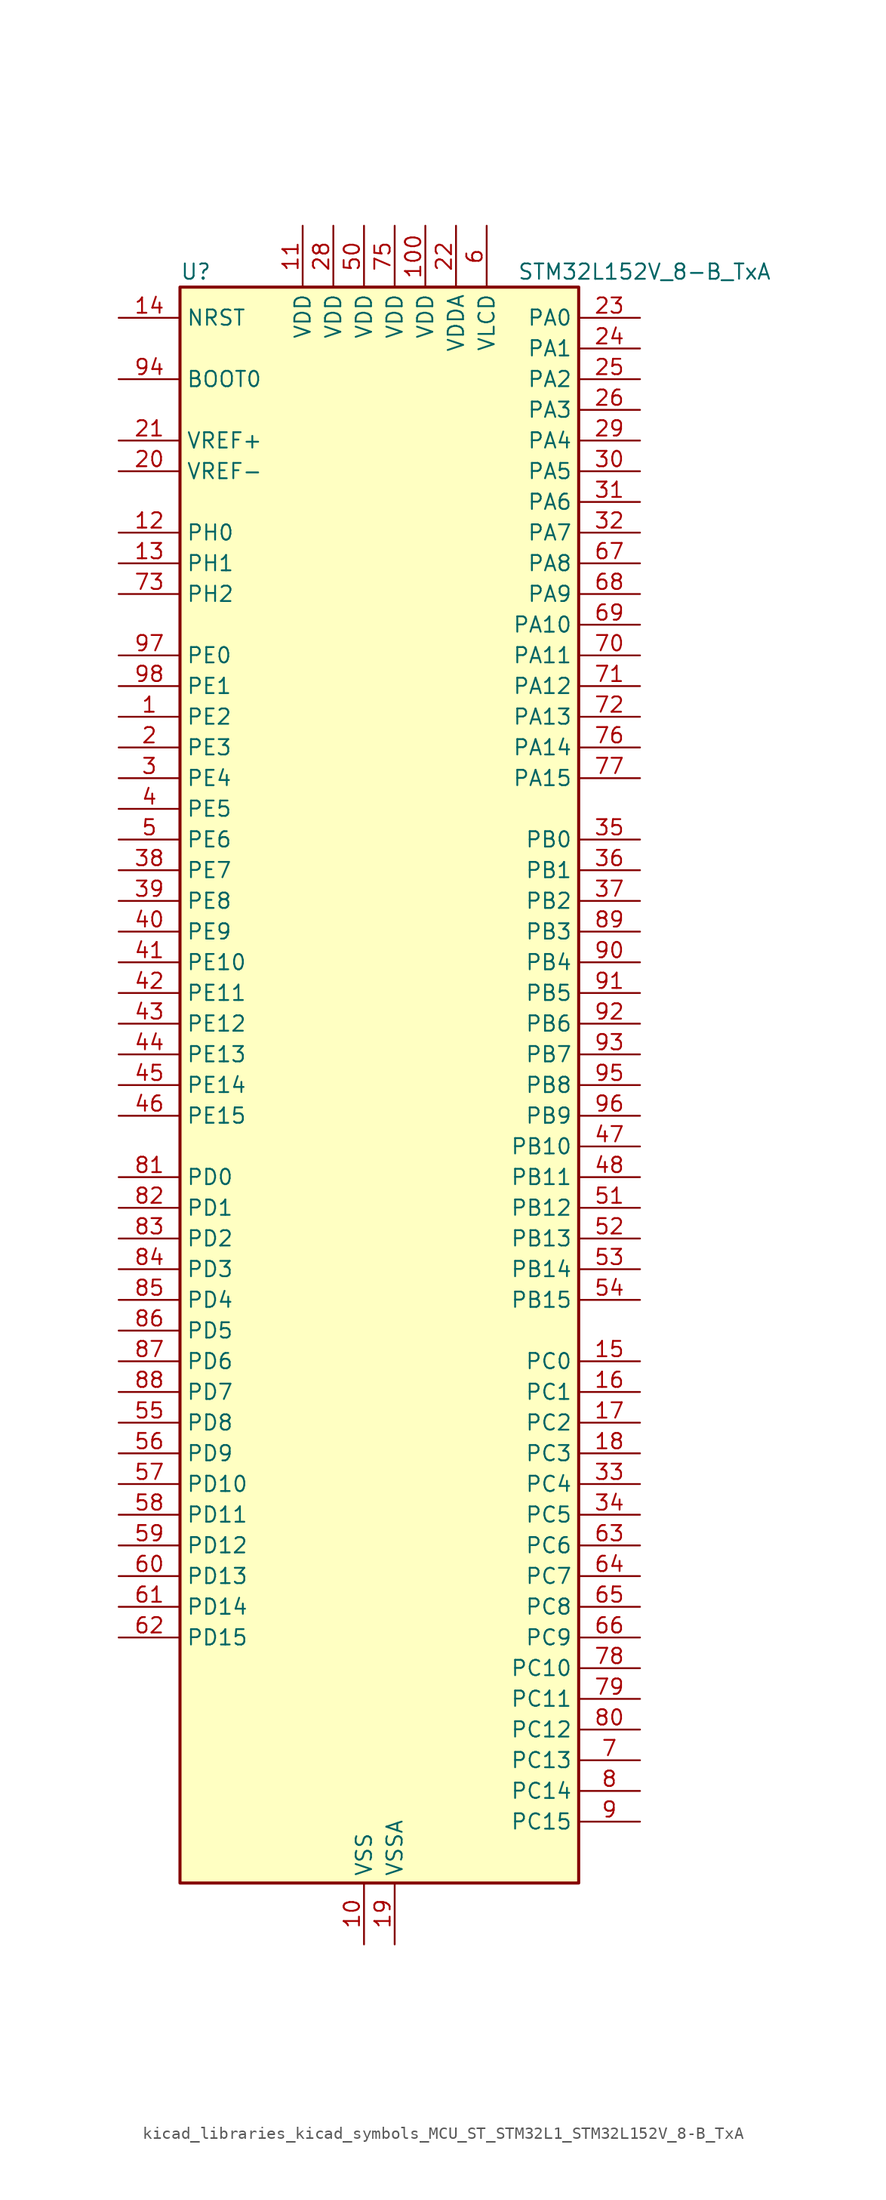
<source format=kicad_sym>
(kicad_symbol_lib
  (version 20220914)
  (generator kicad_symbol_editor)
  (symbol "kicad_libraries_kicad_symbols_MCU_ST_STM32L1_STM32L152V_8-B_TxA"
    (property "Reference" "U"
      (at -15.24 67.31 0)
      (effects (font (size 1.27 1.27)) (justify left)))
    (property "Value" "STM32L152V_8-B_TxA"
      (at 12.7 67.31 0)
      (effects (font (size 1.27 1.27)) (justify left)))
    (property "ki_locked" ""
      (at 0 0 0)
      (effects (font (size 1.27 1.27))))
    (symbol "kicad_libraries_kicad_symbols_MCU_ST_STM32L1_STM32L152V_8-B_TxA_0_1"
      (rectangle (start -15.24 -66.04) (end 17.78 66.04) (stroke (width 0.254) (type default)) (fill (type background))))
    (symbol "kicad_libraries_kicad_symbols_MCU_ST_STM32L1_STM32L152V_8-B_TxA_1_1"
      (pin bidirectional line (at -20.32 30.48 0) (length 5.08) (name "PE2" (effects (font (size 1.27 1.27)))) (number "1" (effects (font (size 1.27 1.27)))) (alternate "LCD_SEG38" bidirectional line) (alternate "SYS_TRACECK" bidirectional line) (alternate "TIM3_ETR" bidirectional line) (alternate "TIMX_IC3" bidirectional line))
      (pin power_in line (at 0 -71.12 90) (length 5.08) (name "VSS" (effects (font (size 1.27 1.27)))) (number "10" (effects (font (size 1.27 1.27)))))
      (pin power_in line (at 5.08 71.12 270) (length 5.08) (name "VDD" (effects (font (size 1.27 1.27)))) (number "100" (effects (font (size 1.27 1.27)))))
      (pin power_in line (at -5.08 71.12 270) (length 5.08) (name "VDD" (effects (font (size 1.27 1.27)))) (number "11" (effects (font (size 1.27 1.27)))))
      (pin bidirectional line (at -20.32 45.72 0) (length 5.08) (name "PH0" (effects (font (size 1.27 1.27)))) (number "12" (effects (font (size 1.27 1.27)))) (alternate "RCC_OSC_IN" bidirectional line))
      (pin bidirectional line (at -20.32 43.18 0) (length 5.08) (name "PH1" (effects (font (size 1.27 1.27)))) (number "13" (effects (font (size 1.27 1.27)))) (alternate "RCC_OSC_OUT" bidirectional line))
      (pin input line (at -20.32 63.5 0) (length 5.08) (name "NRST" (effects (font (size 1.27 1.27)))) (number "14" (effects (font (size 1.27 1.27)))))
      (pin bidirectional line (at 22.86 -22.86 180) (length 5.08) (name "PC0" (effects (font (size 1.27 1.27)))) (number "15" (effects (font (size 1.27 1.27)))) (alternate "ADC_IN10" bidirectional line) (alternate "COMP1_INP" bidirectional line) (alternate "LCD_SEG18" bidirectional line) (alternate "TIMX_IC1" bidirectional line) (alternate "TS_G8_IO1" bidirectional line))
      (pin bidirectional line (at 22.86 -25.4 180) (length 5.08) (name "PC1" (effects (font (size 1.27 1.27)))) (number "16" (effects (font (size 1.27 1.27)))) (alternate "ADC_IN11" bidirectional line) (alternate "COMP1_INP" bidirectional line) (alternate "LCD_SEG19" bidirectional line) (alternate "TIMX_IC2" bidirectional line) (alternate "TS_G8_IO2" bidirectional line))
      (pin bidirectional line (at 22.86 -27.94 180) (length 5.08) (name "PC2" (effects (font (size 1.27 1.27)))) (number "17" (effects (font (size 1.27 1.27)))) (alternate "ADC_IN12" bidirectional line) (alternate "COMP1_INP" bidirectional line) (alternate "LCD_SEG20" bidirectional line) (alternate "TIMX_IC3" bidirectional line) (alternate "TS_G8_IO3" bidirectional line))
      (pin bidirectional line (at 22.86 -30.48 180) (length 5.08) (name "PC3" (effects (font (size 1.27 1.27)))) (number "18" (effects (font (size 1.27 1.27)))) (alternate "ADC_IN13" bidirectional line) (alternate "COMP1_INP" bidirectional line) (alternate "LCD_SEG21" bidirectional line) (alternate "TIMX_IC4" bidirectional line) (alternate "TS_G8_IO4" bidirectional line))
      (pin power_in line (at 2.54 -71.12 90) (length 5.08) (name "VSSA" (effects (font (size 1.27 1.27)))) (number "19" (effects (font (size 1.27 1.27)))))
      (pin bidirectional line (at -20.32 27.94 0) (length 5.08) (name "PE3" (effects (font (size 1.27 1.27)))) (number "2" (effects (font (size 1.27 1.27)))) (alternate "LCD_SEG39" bidirectional line) (alternate "SYS_TRACED0" bidirectional line) (alternate "TIM3_CH1" bidirectional line) (alternate "TIMX_IC4" bidirectional line))
      (pin input line (at -20.32 50.8 0) (length 5.08) (name "VREF-" (effects (font (size 1.27 1.27)))) (number "20" (effects (font (size 1.27 1.27)))))
      (pin input line (at -20.32 53.34 0) (length 5.08) (name "VREF+" (effects (font (size 1.27 1.27)))) (number "21" (effects (font (size 1.27 1.27)))))
      (pin power_in line (at 7.62 71.12 270) (length 5.08) (name "VDDA" (effects (font (size 1.27 1.27)))) (number "22" (effects (font (size 1.27 1.27)))))
      (pin bidirectional line (at 22.86 63.5 180) (length 5.08) (name "PA0" (effects (font (size 1.27 1.27)))) (number "23" (effects (font (size 1.27 1.27)))) (alternate "ADC_IN0" bidirectional line) (alternate "COMP1_INP" bidirectional line) (alternate "RTC_TAMP2" bidirectional line) (alternate "SYS_WKUP1" bidirectional line) (alternate "TIM2_CH1" bidirectional line) (alternate "TIM2_ETR" bidirectional line) (alternate "TIMX_IC1" bidirectional line) (alternate "TS_G1_IO1" bidirectional line) (alternate "USART2_CTS" bidirectional line))
      (pin bidirectional line (at 22.86 60.96 180) (length 5.08) (name "PA1" (effects (font (size 1.27 1.27)))) (number "24" (effects (font (size 1.27 1.27)))) (alternate "ADC_IN1" bidirectional line) (alternate "COMP1_INP" bidirectional line) (alternate "LCD_SEG0" bidirectional line) (alternate "TIM2_CH2" bidirectional line) (alternate "TIMX_IC2" bidirectional line) (alternate "TS_G1_IO2" bidirectional line) (alternate "USART2_RTS" bidirectional line))
      (pin bidirectional line (at 22.86 58.42 180) (length 5.08) (name "PA2" (effects (font (size 1.27 1.27)))) (number "25" (effects (font (size 1.27 1.27)))) (alternate "ADC_IN2" bidirectional line) (alternate "COMP1_INP" bidirectional line) (alternate "LCD_SEG1" bidirectional line) (alternate "TIM2_CH3" bidirectional line) (alternate "TIM9_CH1" bidirectional line) (alternate "TIMX_IC3" bidirectional line) (alternate "TS_G1_IO3" bidirectional line) (alternate "USART2_TX" bidirectional line))
      (pin bidirectional line (at 22.86 55.88 180) (length 5.08) (name "PA3" (effects (font (size 1.27 1.27)))) (number "26" (effects (font (size 1.27 1.27)))) (alternate "ADC_IN3" bidirectional line) (alternate "COMP1_INP" bidirectional line) (alternate "LCD_SEG2" bidirectional line) (alternate "TIM2_CH4" bidirectional line) (alternate "TIM9_CH2" bidirectional line) (alternate "TIMX_IC4" bidirectional line) (alternate "TS_G1_IO4" bidirectional line) (alternate "USART2_RX" bidirectional line))
      (pin passive line (at 0 -71.12 90) (length 5.08) hide (name "VSS" (effects (font (size 1.27 1.27)))) (number "27" (effects (font (size 1.27 1.27)))))
      (pin power_in line (at -2.54 71.12 270) (length 5.08) (name "VDD" (effects (font (size 1.27 1.27)))) (number "28" (effects (font (size 1.27 1.27)))))
      (pin bidirectional line (at 22.86 53.34 180) (length 5.08) (name "PA4" (effects (font (size 1.27 1.27)))) (number "29" (effects (font (size 1.27 1.27)))) (alternate "ADC_IN4" bidirectional line) (alternate "COMP1_INP" bidirectional line) (alternate "DAC_OUT1" bidirectional line) (alternate "SPI1_NSS" bidirectional line) (alternate "TIMX_IC1" bidirectional line) (alternate "USART2_CK" bidirectional line))
      (pin bidirectional line (at -20.32 25.4 0) (length 5.08) (name "PE4" (effects (font (size 1.27 1.27)))) (number "3" (effects (font (size 1.27 1.27)))) (alternate "SYS_TRACED1" bidirectional line) (alternate "TIM3_CH2" bidirectional line) (alternate "TIMX_IC1" bidirectional line))
      (pin bidirectional line (at 22.86 50.8 180) (length 5.08) (name "PA5" (effects (font (size 1.27 1.27)))) (number "30" (effects (font (size 1.27 1.27)))) (alternate "ADC_IN5" bidirectional line) (alternate "COMP1_INP" bidirectional line) (alternate "DAC_OUT2" bidirectional line) (alternate "SPI1_SCK" bidirectional line) (alternate "TIM2_CH1" bidirectional line) (alternate "TIM2_ETR" bidirectional line) (alternate "TIMX_IC2" bidirectional line))
      (pin bidirectional line (at 22.86 48.26 180) (length 5.08) (name "PA6" (effects (font (size 1.27 1.27)))) (number "31" (effects (font (size 1.27 1.27)))) (alternate "ADC_IN6" bidirectional line) (alternate "COMP1_INP" bidirectional line) (alternate "LCD_SEG3" bidirectional line) (alternate "SPI1_MISO" bidirectional line) (alternate "TIM10_CH1" bidirectional line) (alternate "TIM3_CH1" bidirectional line) (alternate "TIMX_IC3" bidirectional line) (alternate "TS_G2_IO1" bidirectional line))
      (pin bidirectional line (at 22.86 45.72 180) (length 5.08) (name "PA7" (effects (font (size 1.27 1.27)))) (number "32" (effects (font (size 1.27 1.27)))) (alternate "ADC_IN7" bidirectional line) (alternate "COMP1_INP" bidirectional line) (alternate "LCD_SEG4" bidirectional line) (alternate "SPI1_MOSI" bidirectional line) (alternate "TIM11_CH1" bidirectional line) (alternate "TIM3_CH2" bidirectional line) (alternate "TIMX_IC4" bidirectional line) (alternate "TS_G2_IO2" bidirectional line))
      (pin bidirectional line (at 22.86 -33.02 180) (length 5.08) (name "PC4" (effects (font (size 1.27 1.27)))) (number "33" (effects (font (size 1.27 1.27)))) (alternate "ADC_IN14" bidirectional line) (alternate "COMP1_INP" bidirectional line) (alternate "LCD_SEG22" bidirectional line) (alternate "TIMX_IC1" bidirectional line) (alternate "TS_G9_IO1" bidirectional line))
      (pin bidirectional line (at 22.86 -35.56 180) (length 5.08) (name "PC5" (effects (font (size 1.27 1.27)))) (number "34" (effects (font (size 1.27 1.27)))) (alternate "ADC_IN15" bidirectional line) (alternate "COMP1_INP" bidirectional line) (alternate "LCD_SEG23" bidirectional line) (alternate "TIMX_IC2" bidirectional line) (alternate "TS_G9_IO2" bidirectional line))
      (pin bidirectional line (at 22.86 20.32 180) (length 5.08) (name "PB0" (effects (font (size 1.27 1.27)))) (number "35" (effects (font (size 1.27 1.27)))) (alternate "ADC_IN8" bidirectional line) (alternate "COMP1_INP" bidirectional line) (alternate "LCD_SEG5" bidirectional line) (alternate "SYS_V_REF_OUT" bidirectional line) (alternate "TIM3_CH3" bidirectional line) (alternate "TS_G3_IO1" bidirectional line))
      (pin bidirectional line (at 22.86 17.78 180) (length 5.08) (name "PB1" (effects (font (size 1.27 1.27)))) (number "36" (effects (font (size 1.27 1.27)))) (alternate "ADC_IN9" bidirectional line) (alternate "COMP1_INP" bidirectional line) (alternate "LCD_SEG6" bidirectional line) (alternate "SYS_V_REF_OUT" bidirectional line) (alternate "TIM3_CH4" bidirectional line) (alternate "TS_G3_IO2" bidirectional line))
      (pin bidirectional line (at 22.86 15.24 180) (length 5.08) (name "PB2" (effects (font (size 1.27 1.27)))) (number "37" (effects (font (size 1.27 1.27)))) (alternate "TS_G3_IO3" bidirectional line))
      (pin bidirectional line (at -20.32 17.78 0) (length 5.08) (name "PE7" (effects (font (size 1.27 1.27)))) (number "38" (effects (font (size 1.27 1.27)))) (alternate "ADC_IN22" bidirectional line) (alternate "COMP1_INP" bidirectional line) (alternate "TIMX_IC4" bidirectional line))
      (pin bidirectional line (at -20.32 15.24 0) (length 5.08) (name "PE8" (effects (font (size 1.27 1.27)))) (number "39" (effects (font (size 1.27 1.27)))) (alternate "ADC_IN23" bidirectional line) (alternate "COMP1_INP" bidirectional line) (alternate "TIMX_IC1" bidirectional line))
      (pin bidirectional line (at -20.32 22.86 0) (length 5.08) (name "PE5" (effects (font (size 1.27 1.27)))) (number "4" (effects (font (size 1.27 1.27)))) (alternate "SYS_TRACED2" bidirectional line) (alternate "TIM9_CH1" bidirectional line) (alternate "TIMX_IC2" bidirectional line))
      (pin bidirectional line (at -20.32 12.7 0) (length 5.08) (name "PE9" (effects (font (size 1.27 1.27)))) (number "40" (effects (font (size 1.27 1.27)))) (alternate "ADC_IN24" bidirectional line) (alternate "COMP1_INP" bidirectional line) (alternate "DAC_EXTI9" bidirectional line) (alternate "TIM2_CH1" bidirectional line) (alternate "TIM2_ETR" bidirectional line) (alternate "TIMX_IC2" bidirectional line))
      (pin bidirectional line (at -20.32 10.16 0) (length 5.08) (name "PE10" (effects (font (size 1.27 1.27)))) (number "41" (effects (font (size 1.27 1.27)))) (alternate "ADC_IN25" bidirectional line) (alternate "COMP1_INP" bidirectional line) (alternate "TIM2_CH2" bidirectional line) (alternate "TIMX_IC3" bidirectional line))
      (pin bidirectional line (at -20.32 7.62 0) (length 5.08) (name "PE11" (effects (font (size 1.27 1.27)))) (number "42" (effects (font (size 1.27 1.27)))) (alternate "ADC_EXTI11" bidirectional line) (alternate "TIM2_CH3" bidirectional line) (alternate "TIMX_IC4" bidirectional line))
      (pin bidirectional line (at -20.32 5.08 0) (length 5.08) (name "PE12" (effects (font (size 1.27 1.27)))) (number "43" (effects (font (size 1.27 1.27)))) (alternate "SPI1_NSS" bidirectional line) (alternate "TIM2_CH4" bidirectional line) (alternate "TIMX_IC1" bidirectional line))
      (pin bidirectional line (at -20.32 2.54 0) (length 5.08) (name "PE13" (effects (font (size 1.27 1.27)))) (number "44" (effects (font (size 1.27 1.27)))) (alternate "SPI1_SCK" bidirectional line) (alternate "TIMX_IC2" bidirectional line))
      (pin bidirectional line (at -20.32 0 0) (length 5.08) (name "PE14" (effects (font (size 1.27 1.27)))) (number "45" (effects (font (size 1.27 1.27)))) (alternate "SPI1_MISO" bidirectional line) (alternate "TIMX_IC3" bidirectional line))
      (pin bidirectional line (at -20.32 -2.54 0) (length 5.08) (name "PE15" (effects (font (size 1.27 1.27)))) (number "46" (effects (font (size 1.27 1.27)))) (alternate "ADC_EXTI15" bidirectional line) (alternate "SPI1_MOSI" bidirectional line) (alternate "TIMX_IC4" bidirectional line))
      (pin bidirectional line (at 22.86 -5.08 180) (length 5.08) (name "PB10" (effects (font (size 1.27 1.27)))) (number "47" (effects (font (size 1.27 1.27)))) (alternate "I2C2_SCL" bidirectional line) (alternate "LCD_SEG10" bidirectional line) (alternate "TIM2_CH3" bidirectional line) (alternate "USART3_TX" bidirectional line))
      (pin bidirectional line (at 22.86 -7.62 180) (length 5.08) (name "PB11" (effects (font (size 1.27 1.27)))) (number "48" (effects (font (size 1.27 1.27)))) (alternate "ADC_EXTI11" bidirectional line) (alternate "I2C2_SDA" bidirectional line) (alternate "LCD_SEG11" bidirectional line) (alternate "TIM2_CH4" bidirectional line) (alternate "USART3_RX" bidirectional line))
      (pin passive line (at 0 -71.12 90) (length 5.08) hide (name "VSS" (effects (font (size 1.27 1.27)))) (number "49" (effects (font (size 1.27 1.27)))))
      (pin bidirectional line (at -20.32 20.32 0) (length 5.08) (name "PE6" (effects (font (size 1.27 1.27)))) (number "5" (effects (font (size 1.27 1.27)))) (alternate "RTC_TAMP3" bidirectional line) (alternate "SYS_TRACED3" bidirectional line) (alternate "SYS_WKUP3" bidirectional line) (alternate "TIM9_CH2" bidirectional line) (alternate "TIMX_IC3" bidirectional line))
      (pin power_in line (at 0 71.12 270) (length 5.08) (name "VDD" (effects (font (size 1.27 1.27)))) (number "50" (effects (font (size 1.27 1.27)))))
      (pin bidirectional line (at 22.86 -10.16 180) (length 5.08) (name "PB12" (effects (font (size 1.27 1.27)))) (number "51" (effects (font (size 1.27 1.27)))) (alternate "ADC_IN18" bidirectional line) (alternate "COMP1_INP" bidirectional line) (alternate "I2C2_SMBA" bidirectional line) (alternate "LCD_SEG12" bidirectional line) (alternate "SPI2_NSS" bidirectional line) (alternate "TIM10_CH1" bidirectional line) (alternate "TS_G7_IO1" bidirectional line) (alternate "USART3_CK" bidirectional line))
      (pin bidirectional line (at 22.86 -12.7 180) (length 5.08) (name "PB13" (effects (font (size 1.27 1.27)))) (number "52" (effects (font (size 1.27 1.27)))) (alternate "ADC_IN19" bidirectional line) (alternate "COMP1_INP" bidirectional line) (alternate "LCD_SEG13" bidirectional line) (alternate "SPI2_SCK" bidirectional line) (alternate "TIM9_CH1" bidirectional line) (alternate "TS_G7_IO2" bidirectional line) (alternate "USART3_CTS" bidirectional line))
      (pin bidirectional line (at 22.86 -15.24 180) (length 5.08) (name "PB14" (effects (font (size 1.27 1.27)))) (number "53" (effects (font (size 1.27 1.27)))) (alternate "ADC_IN20" bidirectional line) (alternate "COMP1_INP" bidirectional line) (alternate "LCD_SEG14" bidirectional line) (alternate "SPI2_MISO" bidirectional line) (alternate "TIM9_CH2" bidirectional line) (alternate "TS_G7_IO3" bidirectional line) (alternate "USART3_RTS" bidirectional line))
      (pin bidirectional line (at 22.86 -17.78 180) (length 5.08) (name "PB15" (effects (font (size 1.27 1.27)))) (number "54" (effects (font (size 1.27 1.27)))) (alternate "ADC_EXTI15" bidirectional line) (alternate "ADC_IN21" bidirectional line) (alternate "COMP1_INP" bidirectional line) (alternate "LCD_SEG15" bidirectional line) (alternate "RTC_REFIN" bidirectional line) (alternate "SPI2_MOSI" bidirectional line) (alternate "TIM11_CH1" bidirectional line) (alternate "TS_G7_IO4" bidirectional line))
      (pin bidirectional line (at -20.32 -27.94 0) (length 5.08) (name "PD8" (effects (font (size 1.27 1.27)))) (number "55" (effects (font (size 1.27 1.27)))) (alternate "LCD_SEG28" bidirectional line) (alternate "TIMX_IC1" bidirectional line) (alternate "USART3_TX" bidirectional line))
      (pin bidirectional line (at -20.32 -30.48 0) (length 5.08) (name "PD9" (effects (font (size 1.27 1.27)))) (number "56" (effects (font (size 1.27 1.27)))) (alternate "DAC_EXTI9" bidirectional line) (alternate "LCD_SEG29" bidirectional line) (alternate "TIMX_IC2" bidirectional line) (alternate "USART3_RX" bidirectional line))
      (pin bidirectional line (at -20.32 -33.02 0) (length 5.08) (name "PD10" (effects (font (size 1.27 1.27)))) (number "57" (effects (font (size 1.27 1.27)))) (alternate "LCD_SEG30" bidirectional line) (alternate "TIMX_IC3" bidirectional line) (alternate "USART3_CK" bidirectional line))
      (pin bidirectional line (at -20.32 -35.56 0) (length 5.08) (name "PD11" (effects (font (size 1.27 1.27)))) (number "58" (effects (font (size 1.27 1.27)))) (alternate "ADC_EXTI11" bidirectional line) (alternate "LCD_SEG31" bidirectional line) (alternate "TIMX_IC4" bidirectional line) (alternate "USART3_CTS" bidirectional line))
      (pin bidirectional line (at -20.32 -38.1 0) (length 5.08) (name "PD12" (effects (font (size 1.27 1.27)))) (number "59" (effects (font (size 1.27 1.27)))) (alternate "LCD_SEG32" bidirectional line) (alternate "TIM4_CH1" bidirectional line) (alternate "TIMX_IC1" bidirectional line) (alternate "USART3_RTS" bidirectional line))
      (pin power_in line (at 10.16 71.12 270) (length 5.08) (name "VLCD" (effects (font (size 1.27 1.27)))) (number "6" (effects (font (size 1.27 1.27)))))
      (pin bidirectional line (at -20.32 -40.64 0) (length 5.08) (name "PD13" (effects (font (size 1.27 1.27)))) (number "60" (effects (font (size 1.27 1.27)))) (alternate "LCD_SEG33" bidirectional line) (alternate "TIM4_CH2" bidirectional line) (alternate "TIMX_IC2" bidirectional line))
      (pin bidirectional line (at -20.32 -43.18 0) (length 5.08) (name "PD14" (effects (font (size 1.27 1.27)))) (number "61" (effects (font (size 1.27 1.27)))) (alternate "LCD_SEG34" bidirectional line) (alternate "TIM4_CH3" bidirectional line) (alternate "TIMX_IC3" bidirectional line))
      (pin bidirectional line (at -20.32 -45.72 0) (length 5.08) (name "PD15" (effects (font (size 1.27 1.27)))) (number "62" (effects (font (size 1.27 1.27)))) (alternate "ADC_EXTI15" bidirectional line) (alternate "LCD_SEG35" bidirectional line) (alternate "TIM4_CH4" bidirectional line) (alternate "TIMX_IC4" bidirectional line))
      (pin bidirectional line (at 22.86 -38.1 180) (length 5.08) (name "PC6" (effects (font (size 1.27 1.27)))) (number "63" (effects (font (size 1.27 1.27)))) (alternate "LCD_SEG24" bidirectional line) (alternate "TIM3_CH1" bidirectional line) (alternate "TIMX_IC3" bidirectional line) (alternate "TS_G10_IO1" bidirectional line))
      (pin bidirectional line (at 22.86 -40.64 180) (length 5.08) (name "PC7" (effects (font (size 1.27 1.27)))) (number "64" (effects (font (size 1.27 1.27)))) (alternate "LCD_SEG25" bidirectional line) (alternate "TIM3_CH2" bidirectional line) (alternate "TIMX_IC4" bidirectional line) (alternate "TS_G10_IO2" bidirectional line))
      (pin bidirectional line (at 22.86 -43.18 180) (length 5.08) (name "PC8" (effects (font (size 1.27 1.27)))) (number "65" (effects (font (size 1.27 1.27)))) (alternate "LCD_SEG26" bidirectional line) (alternate "TIM3_CH3" bidirectional line) (alternate "TIMX_IC1" bidirectional line) (alternate "TS_G10_IO3" bidirectional line))
      (pin bidirectional line (at 22.86 -45.72 180) (length 5.08) (name "PC9" (effects (font (size 1.27 1.27)))) (number "66" (effects (font (size 1.27 1.27)))) (alternate "DAC_EXTI9" bidirectional line) (alternate "LCD_SEG27" bidirectional line) (alternate "TIM3_CH4" bidirectional line) (alternate "TIMX_IC2" bidirectional line) (alternate "TS_G10_IO4" bidirectional line))
      (pin bidirectional line (at 22.86 43.18 180) (length 5.08) (name "PA8" (effects (font (size 1.27 1.27)))) (number "67" (effects (font (size 1.27 1.27)))) (alternate "LCD_COM0" bidirectional line) (alternate "RCC_MCO" bidirectional line) (alternate "TIMX_IC1" bidirectional line) (alternate "TS_G4_IO1" bidirectional line) (alternate "USART1_CK" bidirectional line))
      (pin bidirectional line (at 22.86 40.64 180) (length 5.08) (name "PA9" (effects (font (size 1.27 1.27)))) (number "68" (effects (font (size 1.27 1.27)))) (alternate "DAC_EXTI9" bidirectional line) (alternate "LCD_COM1" bidirectional line) (alternate "TIMX_IC2" bidirectional line) (alternate "TS_G4_IO2" bidirectional line) (alternate "USART1_TX" bidirectional line))
      (pin bidirectional line (at 22.86 38.1 180) (length 5.08) (name "PA10" (effects (font (size 1.27 1.27)))) (number "69" (effects (font (size 1.27 1.27)))) (alternate "LCD_COM2" bidirectional line) (alternate "TIMX_IC3" bidirectional line) (alternate "TS_G4_IO3" bidirectional line) (alternate "USART1_RX" bidirectional line))
      (pin bidirectional line (at 22.86 -55.88 180) (length 5.08) (name "PC13" (effects (font (size 1.27 1.27)))) (number "7" (effects (font (size 1.27 1.27)))) (alternate "RTC_OUT_ALARM" bidirectional line) (alternate "RTC_OUT_CALIB" bidirectional line) (alternate "RTC_TAMP1" bidirectional line) (alternate "RTC_TS" bidirectional line) (alternate "SYS_WKUP2" bidirectional line) (alternate "TIMX_IC2" bidirectional line))
      (pin bidirectional line (at 22.86 35.56 180) (length 5.08) (name "PA11" (effects (font (size 1.27 1.27)))) (number "70" (effects (font (size 1.27 1.27)))) (alternate "ADC_EXTI11" bidirectional line) (alternate "SPI1_MISO" bidirectional line) (alternate "TIMX_IC4" bidirectional line) (alternate "USART1_CTS" bidirectional line) (alternate "USB_DM" bidirectional line))
      (pin bidirectional line (at 22.86 33.02 180) (length 5.08) (name "PA12" (effects (font (size 1.27 1.27)))) (number "71" (effects (font (size 1.27 1.27)))) (alternate "SPI1_MOSI" bidirectional line) (alternate "TIMX_IC1" bidirectional line) (alternate "USART1_RTS" bidirectional line) (alternate "USB_DP" bidirectional line))
      (pin bidirectional line (at 22.86 30.48 180) (length 5.08) (name "PA13" (effects (font (size 1.27 1.27)))) (number "72" (effects (font (size 1.27 1.27)))) (alternate "SYS_JTMS-SWDIO" bidirectional line) (alternate "TIMX_IC2" bidirectional line) (alternate "TS_G5_IO1" bidirectional line))
      (pin bidirectional line (at -20.32 40.64 0) (length 5.08) (name "PH2" (effects (font (size 1.27 1.27)))) (number "73" (effects (font (size 1.27 1.27)))))
      (pin passive line (at 0 -71.12 90) (length 5.08) hide (name "VSS" (effects (font (size 1.27 1.27)))) (number "74" (effects (font (size 1.27 1.27)))))
      (pin power_in line (at 2.54 71.12 270) (length 5.08) (name "VDD" (effects (font (size 1.27 1.27)))) (number "75" (effects (font (size 1.27 1.27)))))
      (pin bidirectional line (at 22.86 27.94 180) (length 5.08) (name "PA14" (effects (font (size 1.27 1.27)))) (number "76" (effects (font (size 1.27 1.27)))) (alternate "SYS_JTCK-SWCLK" bidirectional line) (alternate "TIMX_IC3" bidirectional line) (alternate "TS_G5_IO2" bidirectional line))
      (pin bidirectional line (at 22.86 25.4 180) (length 5.08) (name "PA15" (effects (font (size 1.27 1.27)))) (number "77" (effects (font (size 1.27 1.27)))) (alternate "ADC_EXTI15" bidirectional line) (alternate "LCD_SEG17" bidirectional line) (alternate "SPI1_NSS" bidirectional line) (alternate "SYS_JTDI" bidirectional line) (alternate "TIM2_CH1" bidirectional line) (alternate "TIM2_ETR" bidirectional line) (alternate "TIMX_IC4" bidirectional line) (alternate "TS_G5_IO3" bidirectional line))
      (pin bidirectional line (at 22.86 -48.26 180) (length 5.08) (name "PC10" (effects (font (size 1.27 1.27)))) (number "78" (effects (font (size 1.27 1.27)))) (alternate "LCD_COM4" bidirectional line) (alternate "LCD_SEG28" bidirectional line) (alternate "LCD_SEG40" bidirectional line) (alternate "TIMX_IC3" bidirectional line) (alternate "USART3_TX" bidirectional line))
      (pin bidirectional line (at 22.86 -50.8 180) (length 5.08) (name "PC11" (effects (font (size 1.27 1.27)))) (number "79" (effects (font (size 1.27 1.27)))) (alternate "ADC_EXTI11" bidirectional line) (alternate "LCD_COM5" bidirectional line) (alternate "LCD_SEG29" bidirectional line) (alternate "LCD_SEG41" bidirectional line) (alternate "TIMX_IC4" bidirectional line) (alternate "USART3_RX" bidirectional line))
      (pin bidirectional line (at 22.86 -58.42 180) (length 5.08) (name "PC14" (effects (font (size 1.27 1.27)))) (number "8" (effects (font (size 1.27 1.27)))) (alternate "RCC_OSC32_IN" bidirectional line) (alternate "TIMX_IC3" bidirectional line))
      (pin bidirectional line (at 22.86 -53.34 180) (length 5.08) (name "PC12" (effects (font (size 1.27 1.27)))) (number "80" (effects (font (size 1.27 1.27)))) (alternate "LCD_COM6" bidirectional line) (alternate "LCD_SEG30" bidirectional line) (alternate "LCD_SEG42" bidirectional line) (alternate "TIMX_IC1" bidirectional line) (alternate "USART3_CK" bidirectional line))
      (pin bidirectional line (at -20.32 -7.62 0) (length 5.08) (name "PD0" (effects (font (size 1.27 1.27)))) (number "81" (effects (font (size 1.27 1.27)))) (alternate "SPI2_NSS" bidirectional line) (alternate "TIM9_CH1" bidirectional line) (alternate "TIMX_IC1" bidirectional line))
      (pin bidirectional line (at -20.32 -10.16 0) (length 5.08) (name "PD1" (effects (font (size 1.27 1.27)))) (number "82" (effects (font (size 1.27 1.27)))) (alternate "SPI2_SCK" bidirectional line) (alternate "TIMX_IC2" bidirectional line))
      (pin bidirectional line (at -20.32 -12.7 0) (length 5.08) (name "PD2" (effects (font (size 1.27 1.27)))) (number "83" (effects (font (size 1.27 1.27)))) (alternate "LCD_COM7" bidirectional line) (alternate "LCD_SEG31" bidirectional line) (alternate "LCD_SEG43" bidirectional line) (alternate "TIM3_ETR" bidirectional line) (alternate "TIMX_IC3" bidirectional line))
      (pin bidirectional line (at -20.32 -15.24 0) (length 5.08) (name "PD3" (effects (font (size 1.27 1.27)))) (number "84" (effects (font (size 1.27 1.27)))) (alternate "SPI2_MISO" bidirectional line) (alternate "TIMX_IC4" bidirectional line) (alternate "USART2_CTS" bidirectional line))
      (pin bidirectional line (at -20.32 -17.78 0) (length 5.08) (name "PD4" (effects (font (size 1.27 1.27)))) (number "85" (effects (font (size 1.27 1.27)))) (alternate "SPI2_MOSI" bidirectional line) (alternate "TIMX_IC1" bidirectional line) (alternate "USART2_RTS" bidirectional line))
      (pin bidirectional line (at -20.32 -20.32 0) (length 5.08) (name "PD5" (effects (font (size 1.27 1.27)))) (number "86" (effects (font (size 1.27 1.27)))) (alternate "TIMX_IC2" bidirectional line) (alternate "USART2_TX" bidirectional line))
      (pin bidirectional line (at -20.32 -22.86 0) (length 5.08) (name "PD6" (effects (font (size 1.27 1.27)))) (number "87" (effects (font (size 1.27 1.27)))) (alternate "TIMX_IC3" bidirectional line) (alternate "USART2_RX" bidirectional line))
      (pin bidirectional line (at -20.32 -25.4 0) (length 5.08) (name "PD7" (effects (font (size 1.27 1.27)))) (number "88" (effects (font (size 1.27 1.27)))) (alternate "TIM9_CH2" bidirectional line) (alternate "TIMX_IC4" bidirectional line) (alternate "USART2_CK" bidirectional line))
      (pin bidirectional line (at 22.86 12.7 180) (length 5.08) (name "PB3" (effects (font (size 1.27 1.27)))) (number "89" (effects (font (size 1.27 1.27)))) (alternate "COMP2_INM" bidirectional line) (alternate "LCD_SEG7" bidirectional line) (alternate "SPI1_SCK" bidirectional line) (alternate "SYS_JTDO-TRACESWO" bidirectional line) (alternate "TIM2_CH2" bidirectional line))
      (pin bidirectional line (at 22.86 -60.96 180) (length 5.08) (name "PC15" (effects (font (size 1.27 1.27)))) (number "9" (effects (font (size 1.27 1.27)))) (alternate "ADC_EXTI15" bidirectional line) (alternate "RCC_OSC32_OUT" bidirectional line) (alternate "TIMX_IC4" bidirectional line))
      (pin bidirectional line (at 22.86 10.16 180) (length 5.08) (name "PB4" (effects (font (size 1.27 1.27)))) (number "90" (effects (font (size 1.27 1.27)))) (alternate "COMP2_INP" bidirectional line) (alternate "LCD_SEG8" bidirectional line) (alternate "SPI1_MISO" bidirectional line) (alternate "SYS_JTRST" bidirectional line) (alternate "TIM3_CH1" bidirectional line) (alternate "TS_G6_IO1" bidirectional line))
      (pin bidirectional line (at 22.86 7.62 180) (length 5.08) (name "PB5" (effects (font (size 1.27 1.27)))) (number "91" (effects (font (size 1.27 1.27)))) (alternate "COMP2_INP" bidirectional line) (alternate "I2C1_SMBA" bidirectional line) (alternate "LCD_SEG9" bidirectional line) (alternate "SPI1_MOSI" bidirectional line) (alternate "TIM3_CH2" bidirectional line) (alternate "TS_G6_IO2" bidirectional line))
      (pin bidirectional line (at 22.86 5.08 180) (length 5.08) (name "PB6" (effects (font (size 1.27 1.27)))) (number "92" (effects (font (size 1.27 1.27)))) (alternate "I2C1_SCL" bidirectional line) (alternate "TIM4_CH1" bidirectional line) (alternate "TS_G6_IO3" bidirectional line) (alternate "USART1_TX" bidirectional line))
      (pin bidirectional line (at 22.86 2.54 180) (length 5.08) (name "PB7" (effects (font (size 1.27 1.27)))) (number "93" (effects (font (size 1.27 1.27)))) (alternate "I2C1_SDA" bidirectional line) (alternate "SYS_PVD_IN" bidirectional line) (alternate "TIM4_CH2" bidirectional line) (alternate "TS_G6_IO4" bidirectional line) (alternate "USART1_RX" bidirectional line))
      (pin input line (at -20.32 58.42 0) (length 5.08) (name "BOOT0" (effects (font (size 1.27 1.27)))) (number "94" (effects (font (size 1.27 1.27)))))
      (pin bidirectional line (at 22.86 0 180) (length 5.08) (name "PB8" (effects (font (size 1.27 1.27)))) (number "95" (effects (font (size 1.27 1.27)))) (alternate "I2C1_SCL" bidirectional line) (alternate "LCD_SEG16" bidirectional line) (alternate "TIM10_CH1" bidirectional line) (alternate "TIM4_CH3" bidirectional line))
      (pin bidirectional line (at 22.86 -2.54 180) (length 5.08) (name "PB9" (effects (font (size 1.27 1.27)))) (number "96" (effects (font (size 1.27 1.27)))) (alternate "DAC_EXTI9" bidirectional line) (alternate "I2C1_SDA" bidirectional line) (alternate "LCD_COM3" bidirectional line) (alternate "TIM11_CH1" bidirectional line) (alternate "TIM4_CH4" bidirectional line))
      (pin bidirectional line (at -20.32 35.56 0) (length 5.08) (name "PE0" (effects (font (size 1.27 1.27)))) (number "97" (effects (font (size 1.27 1.27)))) (alternate "LCD_SEG36" bidirectional line) (alternate "TIM10_CH1" bidirectional line) (alternate "TIM4_ETR" bidirectional line) (alternate "TIMX_IC1" bidirectional line))
      (pin bidirectional line (at -20.32 33.02 0) (length 5.08) (name "PE1" (effects (font (size 1.27 1.27)))) (number "98" (effects (font (size 1.27 1.27)))) (alternate "LCD_SEG37" bidirectional line) (alternate "TIM11_CH1" bidirectional line) (alternate "TIMX_IC2" bidirectional line))
      (pin passive line (at 0 -71.12 90) (length 5.08) hide (name "VSS" (effects (font (size 1.27 1.27)))) (number "99" (effects (font (size 1.27 1.27))))))))
</source>
